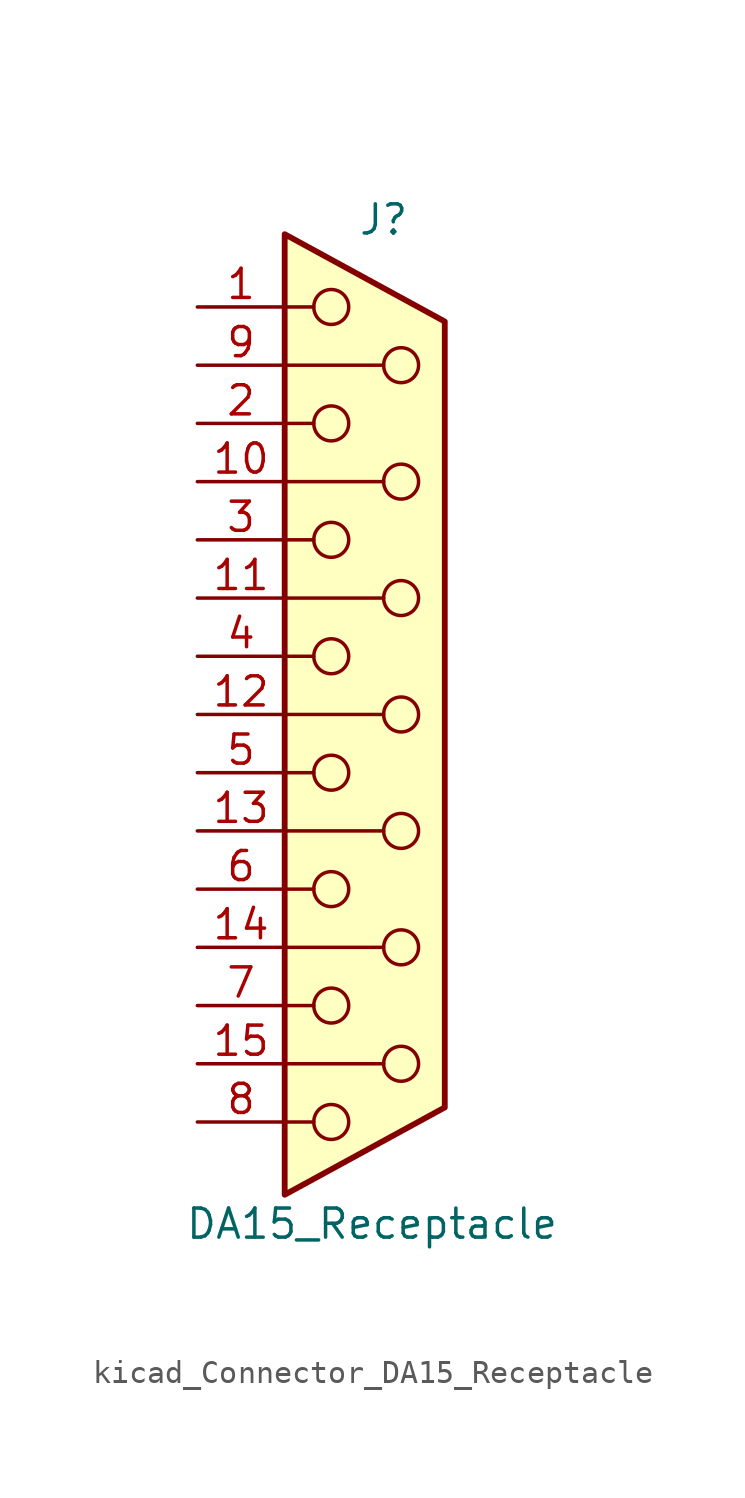
<source format=kicad_sym>
(kicad_symbol_lib
  (version 20220914)
  (generator kicad_symbol_editor)
  (symbol "kicad_Connector_DA15_Receptacle"
    (pin_names
      (offset 1.016) hide)
    (property "Reference" "J"
      (at 0.508 21.59 0)
      (effects (font (size 1.27 1.27))))
    (property "Value" "DA15_Receptacle"
      (at 0 -22.225 0)
      (effects (font (size 1.27 1.27))))
    (symbol "kicad_Connector_DA15_Receptacle_0_1"
      (circle (center -1.778 -17.78) (radius 0.762) (stroke (width 0) (type default)) (fill (type none)))
      (circle (center -1.778 -12.7) (radius 0.762) (stroke (width 0) (type default)) (fill (type none)))
      (circle (center -1.778 -7.62) (radius 0.762) (stroke (width 0) (type default)) (fill (type none)))
      (circle (center -1.778 -2.54) (radius 0.762) (stroke (width 0) (type default)) (fill (type none)))
      (circle (center -1.778 2.54) (radius 0.762) (stroke (width 0) (type default)) (fill (type none)))
      (circle (center -1.778 7.62) (radius 0.762) (stroke (width 0) (type default)) (fill (type none)))
      (circle (center -1.778 12.7) (radius 0.762) (stroke (width 0) (type default)) (fill (type none)))
      (circle (center -1.778 17.78) (radius 0.762) (stroke (width 0) (type default)) (fill (type none)))
      (polyline (pts (xy -3.81 -17.78) (xy -2.54 -17.78)) (stroke (width 0) (type default)) (fill (type none)))
      (polyline (pts (xy -3.81 -15.24) (xy 0.508 -15.24)) (stroke (width 0) (type default)) (fill (type none)))
      (polyline (pts (xy -3.81 -12.7) (xy -2.54 -12.7)) (stroke (width 0) (type default)) (fill (type none)))
      (polyline (pts (xy -3.81 -10.16) (xy 0.508 -10.16)) (stroke (width 0) (type default)) (fill (type none)))
      (polyline (pts (xy -3.81 -7.62) (xy -2.54 -7.62)) (stroke (width 0) (type default)) (fill (type none)))
      (polyline (pts (xy -3.81 -5.08) (xy 0.508 -5.08)) (stroke (width 0) (type default)) (fill (type none)))
      (polyline (pts (xy -3.81 -2.54) (xy -2.54 -2.54)) (stroke (width 0) (type default)) (fill (type none)))
      (polyline (pts (xy -3.81 0) (xy 0.508 0)) (stroke (width 0) (type default)) (fill (type none)))
      (polyline (pts (xy -3.81 2.54) (xy -2.54 2.54)) (stroke (width 0) (type default)) (fill (type none)))
      (polyline (pts (xy -3.81 5.08) (xy 0.508 5.08)) (stroke (width 0) (type default)) (fill (type none)))
      (polyline (pts (xy -3.81 7.62) (xy -2.54 7.62)) (stroke (width 0) (type default)) (fill (type none)))
      (polyline (pts (xy -3.81 10.16) (xy 0.508 10.16)) (stroke (width 0) (type default)) (fill (type none)))
      (polyline (pts (xy -3.81 12.7) (xy -2.54 12.7)) (stroke (width 0) (type default)) (fill (type none)))
      (polyline (pts (xy -3.81 15.24) (xy 0.508 15.24)) (stroke (width 0) (type default)) (fill (type none)))
      (polyline (pts (xy -3.81 17.78) (xy -2.54 17.78)) (stroke (width 0) (type default)) (fill (type none)))
      (polyline (pts (xy -3.81 20.955) (xy 3.175 17.145) (xy 3.175 -17.145) (xy -3.81 -20.955) (xy -3.81 20.955)) (stroke (width 0.254) (type default)) (fill (type background)))
      (circle (center 1.27 -15.24) (radius 0.762) (stroke (width 0) (type default)) (fill (type none)))
      (circle (center 1.27 -10.16) (radius 0.762) (stroke (width 0) (type default)) (fill (type none)))
      (circle (center 1.27 -5.08) (radius 0.762) (stroke (width 0) (type default)) (fill (type none)))
      (circle (center 1.27 0) (radius 0.762) (stroke (width 0) (type default)) (fill (type none)))
      (circle (center 1.27 5.08) (radius 0.762) (stroke (width 0) (type default)) (fill (type none)))
      (circle (center 1.27 10.16) (radius 0.762) (stroke (width 0) (type default)) (fill (type none)))
      (circle (center 1.27 15.24) (radius 0.762) (stroke (width 0) (type default)) (fill (type none))))
    (symbol "kicad_Connector_DA15_Receptacle_1_1"
      (pin passive line (at -7.62 17.78 0) (length 3.81) (name "1" (effects (font (size 1.27 1.27)))) (number "1" (effects (font (size 1.27 1.27)))))
      (pin passive line (at -7.62 10.16 0) (length 3.81) (name "P10" (effects (font (size 1.27 1.27)))) (number "10" (effects (font (size 1.27 1.27)))))
      (pin passive line (at -7.62 5.08 0) (length 3.81) (name "P111" (effects (font (size 1.27 1.27)))) (number "11" (effects (font (size 1.27 1.27)))))
      (pin passive line (at -7.62 0 0) (length 3.81) (name "P12" (effects (font (size 1.27 1.27)))) (number "12" (effects (font (size 1.27 1.27)))))
      (pin passive line (at -7.62 -5.08 0) (length 3.81) (name "P13" (effects (font (size 1.27 1.27)))) (number "13" (effects (font (size 1.27 1.27)))))
      (pin passive line (at -7.62 -10.16 0) (length 3.81) (name "P14" (effects (font (size 1.27 1.27)))) (number "14" (effects (font (size 1.27 1.27)))))
      (pin passive line (at -7.62 -15.24 0) (length 3.81) (name "P15" (effects (font (size 1.27 1.27)))) (number "15" (effects (font (size 1.27 1.27)))))
      (pin passive line (at -7.62 12.7 0) (length 3.81) (name "2" (effects (font (size 1.27 1.27)))) (number "2" (effects (font (size 1.27 1.27)))))
      (pin passive line (at -7.62 7.62 0) (length 3.81) (name "3" (effects (font (size 1.27 1.27)))) (number "3" (effects (font (size 1.27 1.27)))))
      (pin passive line (at -7.62 2.54 0) (length 3.81) (name "4" (effects (font (size 1.27 1.27)))) (number "4" (effects (font (size 1.27 1.27)))))
      (pin passive line (at -7.62 -2.54 0) (length 3.81) (name "5" (effects (font (size 1.27 1.27)))) (number "5" (effects (font (size 1.27 1.27)))))
      (pin passive line (at -7.62 -7.62 0) (length 3.81) (name "6" (effects (font (size 1.27 1.27)))) (number "6" (effects (font (size 1.27 1.27)))))
      (pin passive line (at -7.62 -12.7 0) (length 3.81) (name "7" (effects (font (size 1.27 1.27)))) (number "7" (effects (font (size 1.27 1.27)))))
      (pin passive line (at -7.62 -17.78 0) (length 3.81) (name "8" (effects (font (size 1.27 1.27)))) (number "8" (effects (font (size 1.27 1.27)))))
      (pin passive line (at -7.62 15.24 0) (length 3.81) (name "P9" (effects (font (size 1.27 1.27)))) (number "9" (effects (font (size 1.27 1.27))))))))
</source>
